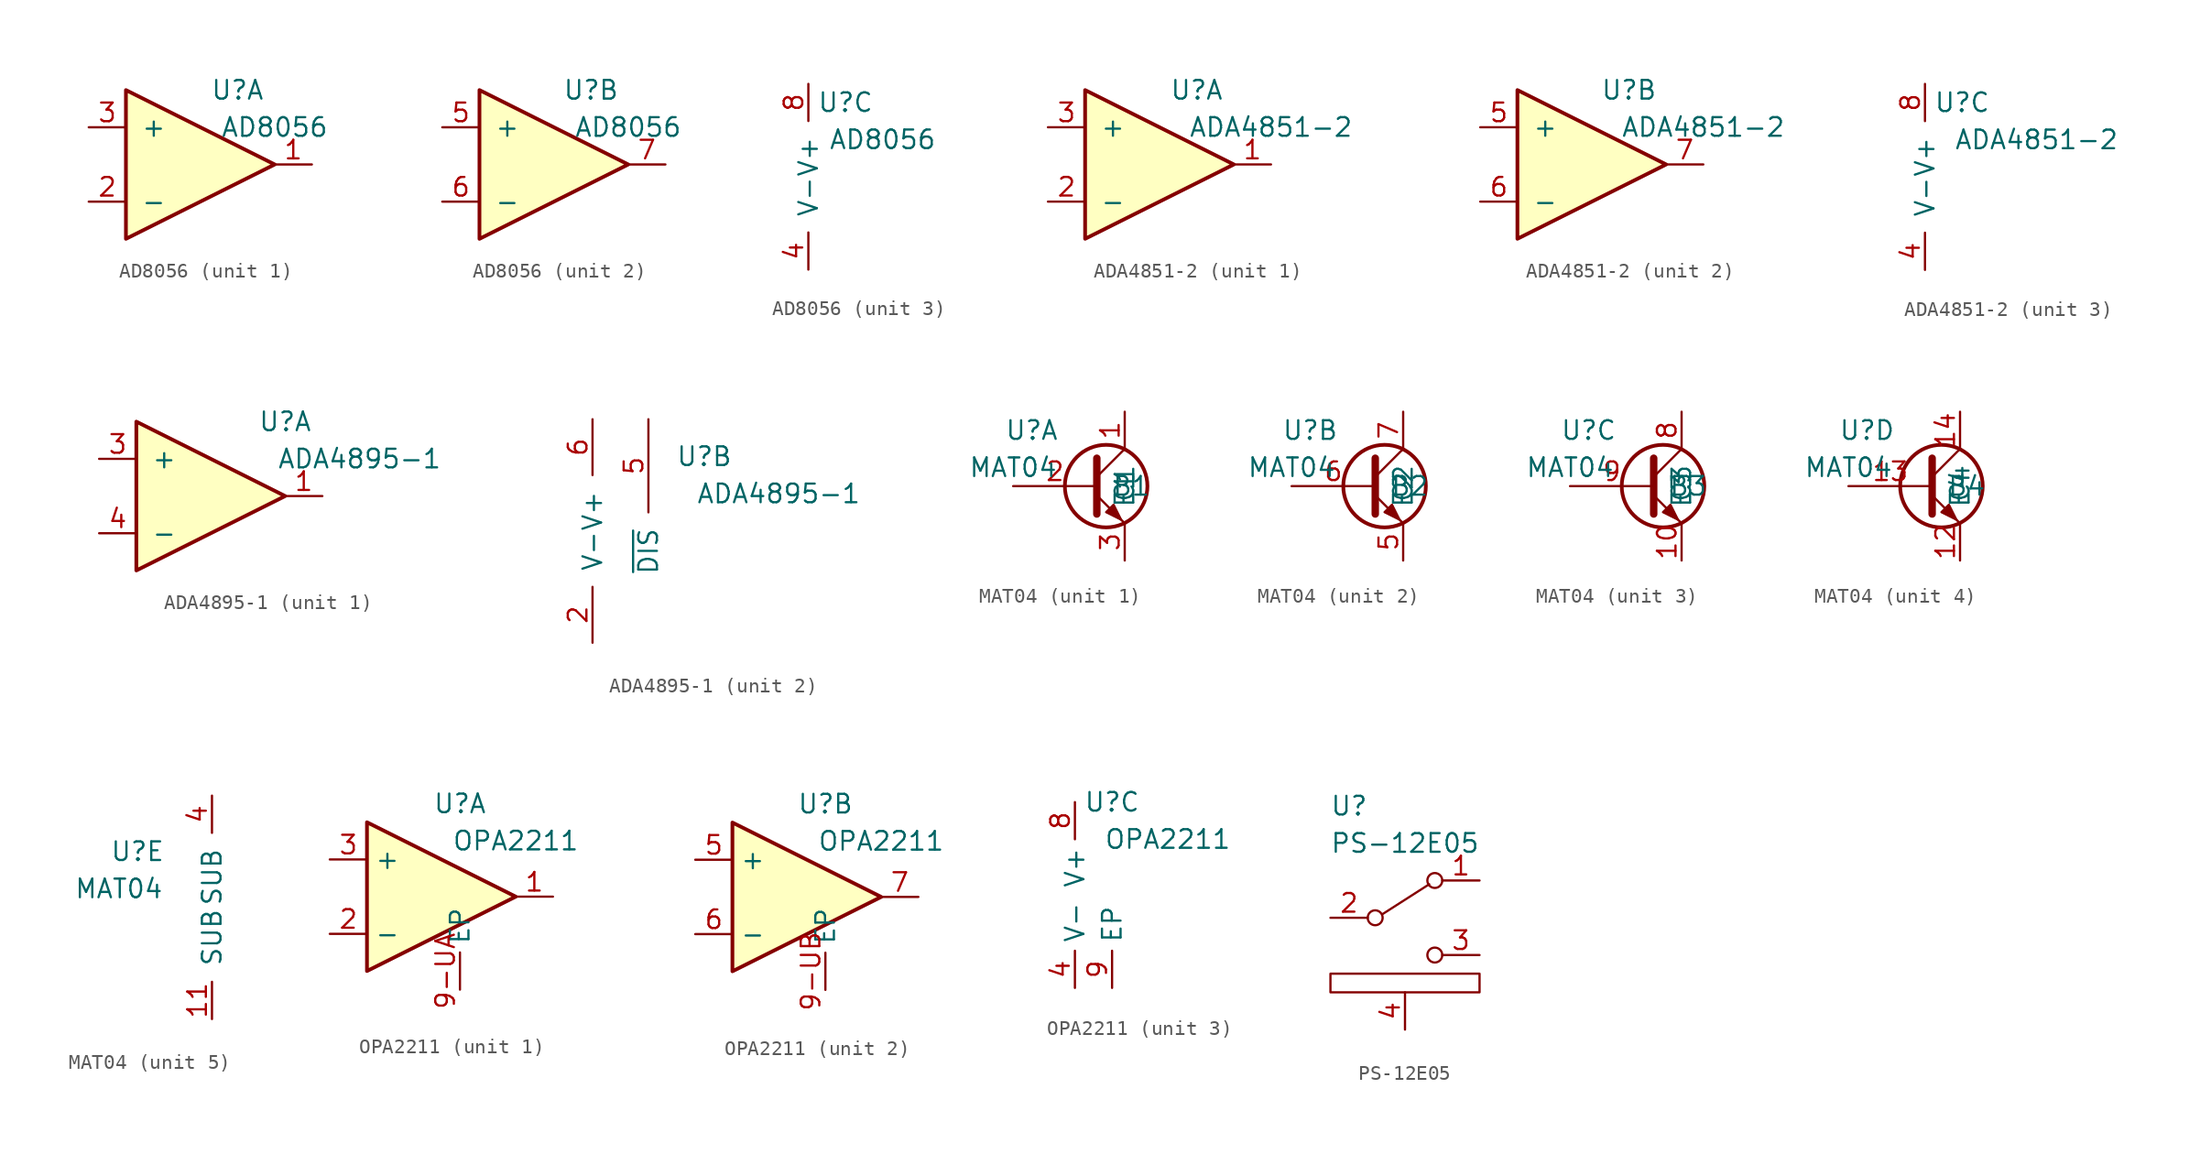
<source format=kicad_sym>
(kicad_symbol_lib
  (version 20211014)
  (generator kicad_symbol_editor)
  (symbol "AD8056"
    (pin_names
      (offset 1.016))
    (property "Reference" "U"
      (at 2.54 5.08 0)
      (effects (font (size 1.27 1.27))))
    (property "Value" "AD8056"
      (at 5.08 2.54 0)
      (effects (font (size 1.27 1.27))))
    (property "ki_locked" ""
      (at 0 0 0)
      (effects (font (size 1.27 1.27))))
    (symbol "AD8056_1_1"
      (polyline (pts (xy -5.08 5.08) (xy 5.08 0) (xy -5.08 -5.08) (xy -5.08 5.08)) (stroke (width 0.254) (type default) (color 0 0 0 0)) (fill (type background)))
      (pin output line (at 7.62 0 180) (length 2.54) (name "~" (effects (font (size 1.27 1.27)))) (number "1" (effects (font (size 1.27 1.27)))))
      (pin input line (at -7.62 -2.54 0) (length 2.54) (name "-" (effects (font (size 1.27 1.27)))) (number "2" (effects (font (size 1.27 1.27)))))
      (pin input line (at -7.62 2.54 0) (length 2.54) (name "+" (effects (font (size 1.27 1.27)))) (number "3" (effects (font (size 1.27 1.27))))))
    (symbol "AD8056_2_1"
      (polyline (pts (xy -5.08 5.08) (xy 5.08 0) (xy -5.08 -5.08) (xy -5.08 5.08)) (stroke (width 0.254) (type default) (color 0 0 0 0)) (fill (type background)))
      (pin input line (at -7.62 2.54 0) (length 2.54) (name "+" (effects (font (size 1.27 1.27)))) (number "5" (effects (font (size 1.27 1.27)))))
      (pin input line (at -7.62 -2.54 0) (length 2.54) (name "-" (effects (font (size 1.27 1.27)))) (number "6" (effects (font (size 1.27 1.27)))))
      (pin output line (at 7.62 0 180) (length 2.54) (name "~" (effects (font (size 1.27 1.27)))) (number "7" (effects (font (size 1.27 1.27))))))
    (symbol "AD8056_3_1"
      (pin bidirectional line (at 0 -6.35 90) (length 2.54) (name "V-" (effects (font (size 1.27 1.27)))) (number "4" (effects (font (size 1.27 1.27)))))
      (pin bidirectional line (at 0 6.35 270) (length 2.54) (name "V+" (effects (font (size 1.27 1.27)))) (number "8" (effects (font (size 1.27 1.27)))))))
  (symbol "ADA4851-2"
    (pin_names
      (offset 1.016))
    (property "Reference" "U"
      (at 2.54 5.08 0)
      (effects (font (size 1.27 1.27))))
    (property "Value" "ADA4851-2"
      (at 7.62 2.54 0)
      (effects (font (size 1.27 1.27))))
    (property "ki_locked" ""
      (at 0 0 0)
      (effects (font (size 1.27 1.27))))
    (symbol "ADA4851-2_1_1"
      (polyline (pts (xy -5.08 5.08) (xy 5.08 0) (xy -5.08 -5.08) (xy -5.08 5.08)) (stroke (width 0.254) (type default) (color 0 0 0 0)) (fill (type background)))
      (pin output line (at 7.62 0 180) (length 2.54) (name "~" (effects (font (size 1.27 1.27)))) (number "1" (effects (font (size 1.27 1.27)))))
      (pin input line (at -7.62 -2.54 0) (length 2.54) (name "-" (effects (font (size 1.27 1.27)))) (number "2" (effects (font (size 1.27 1.27)))))
      (pin input line (at -7.62 2.54 0) (length 2.54) (name "+" (effects (font (size 1.27 1.27)))) (number "3" (effects (font (size 1.27 1.27))))))
    (symbol "ADA4851-2_2_1"
      (polyline (pts (xy -5.08 5.08) (xy 5.08 0) (xy -5.08 -5.08) (xy -5.08 5.08)) (stroke (width 0.254) (type default) (color 0 0 0 0)) (fill (type background)))
      (pin input line (at -7.62 2.54 0) (length 2.54) (name "+" (effects (font (size 1.27 1.27)))) (number "5" (effects (font (size 1.27 1.27)))))
      (pin input line (at -7.62 -2.54 0) (length 2.54) (name "-" (effects (font (size 1.27 1.27)))) (number "6" (effects (font (size 1.27 1.27)))))
      (pin output line (at 7.62 0 180) (length 2.54) (name "~" (effects (font (size 1.27 1.27)))) (number "7" (effects (font (size 1.27 1.27))))))
    (symbol "ADA4851-2_3_1"
      (pin bidirectional line (at 0 -6.35 90) (length 2.54) (name "V-" (effects (font (size 1.27 1.27)))) (number "4" (effects (font (size 1.27 1.27)))))
      (pin bidirectional line (at 0 6.35 270) (length 2.54) (name "V+" (effects (font (size 1.27 1.27)))) (number "8" (effects (font (size 1.27 1.27)))))))
  (symbol "ADA4895-1"
    (pin_names
      (offset 1.016))
    (property "Reference" "U"
      (at 5.08 5.08 0)
      (effects (font (size 1.27 1.27))))
    (property "Value" "ADA4895-1"
      (at 10.16 2.54 0)
      (effects (font (size 1.27 1.27))))
    (property "ki_locked" ""
      (at 0 0 0)
      (effects (font (size 1.27 1.27))))
    (symbol "ADA4895-1_1_1"
      (polyline (pts (xy -5.08 5.08) (xy 5.08 0) (xy -5.08 -5.08) (xy -5.08 5.08)) (stroke (width 0.254) (type default) (color 0 0 0 0)) (fill (type background)))
      (pin bidirectional line (at 7.62 0 180) (length 2.54) (name "~" (effects (font (size 1.27 1.27)))) (number "1" (effects (font (size 1.27 1.27)))))
      (pin input line (at -7.62 2.54 0) (length 2.54) (name "+" (effects (font (size 1.27 1.27)))) (number "3" (effects (font (size 1.27 1.27)))))
      (pin input line (at -7.62 -2.54 0) (length 2.54) (name "-" (effects (font (size 1.27 1.27)))) (number "4" (effects (font (size 1.27 1.27))))))
    (symbol "ADA4895-1_2_1"
      (pin power_in line (at -2.54 -7.62 90) (length 3.81) (name "V-" (effects (font (size 1.27 1.27)))) (number "2" (effects (font (size 1.27 1.27)))))
      (pin passive line (at 1.27 7.62 270) (length 6.35) (name "~{DIS}" (effects (font (size 1.27 1.27)))) (number "5" (effects (font (size 1.27 1.27)))))
      (pin power_in line (at -2.54 7.62 270) (length 3.81) (name "V+" (effects (font (size 1.27 1.27)))) (number "6" (effects (font (size 1.27 1.27)))))))
  (symbol "MAT04"
    (pin_names
      (offset 1.016))
    (property "Reference" "U"
      (at -5.08 3.81 0)
      (effects (font (size 1.27 1.27))))
    (property "Value" "MAT04"
      (at -6.35 1.27 0)
      (effects (font (size 1.27 1.27))))
    (property "ki_locked" ""
      (at 0 0 0)
      (effects (font (size 1.27 1.27))))
    (symbol "MAT04_1_1"
      (polyline (pts (xy -0.635 0.635) (xy 1.27 2.54)) (stroke (width 0) (type default) (color 0 0 0 0)) (fill (type none)))
      (polyline (pts (xy -0.635 -0.635) (xy 1.27 -2.54) (xy 1.27 -2.54)) (stroke (width 0) (type default) (color 0 0 0 0)) (fill (type none)))
      (polyline (pts (xy -0.635 1.905) (xy -0.635 -1.905) (xy -0.635 -1.905)) (stroke (width 0.508) (type default) (color 0 0 0 0)) (fill (type none)))
      (polyline (pts (xy 0 -1.778) (xy 0.508 -1.27) (xy 1.016 -2.286) (xy 0 -1.778) (xy 0 -1.778)) (stroke (width 0) (type default) (color 0 0 0 0)) (fill (type outline)))
      (circle (center 0 0) (radius 2.819) (stroke (width 0.254) (type default) (color 0 0 0 0)) (fill (type none)))
      (pin passive line (at 1.27 5.08 270) (length 2.54) (name "C1" (effects (font (size 1.27 1.27)))) (number "1" (effects (font (size 1.27 1.27)))))
      (pin input line (at -6.35 0 0) (length 5.715) (name "B1" (effects (font (size 1.27 1.27)))) (number "2" (effects (font (size 1.27 1.27)))))
      (pin passive line (at 1.27 -5.08 90) (length 2.54) (name "E1" (effects (font (size 1.27 1.27)))) (number "3" (effects (font (size 1.27 1.27))))))
    (symbol "MAT04_2_1"
      (polyline (pts (xy -0.635 0.635) (xy 1.27 2.54)) (stroke (width 0) (type default) (color 0 0 0 0)) (fill (type none)))
      (polyline (pts (xy -0.635 -0.635) (xy 1.27 -2.54) (xy 1.27 -2.54)) (stroke (width 0) (type default) (color 0 0 0 0)) (fill (type none)))
      (polyline (pts (xy -0.635 1.905) (xy -0.635 -1.905) (xy -0.635 -1.905)) (stroke (width 0.508) (type default) (color 0 0 0 0)) (fill (type none)))
      (polyline (pts (xy 0 -1.778) (xy 0.508 -1.27) (xy 1.016 -2.286) (xy 0 -1.778) (xy 0 -1.778)) (stroke (width 0) (type default) (color 0 0 0 0)) (fill (type outline)))
      (circle (center 0 0) (radius 2.819) (stroke (width 0.254) (type default) (color 0 0 0 0)) (fill (type none)))
      (pin passive line (at 1.27 -5.08 90) (length 2.54) (name "E2" (effects (font (size 1.27 1.27)))) (number "5" (effects (font (size 1.27 1.27)))))
      (pin input line (at -6.35 0 0) (length 5.715) (name "B2" (effects (font (size 1.27 1.27)))) (number "6" (effects (font (size 1.27 1.27)))))
      (pin passive line (at 1.27 5.08 270) (length 2.54) (name "C2" (effects (font (size 1.27 1.27)))) (number "7" (effects (font (size 1.27 1.27))))))
    (symbol "MAT04_3_1"
      (polyline (pts (xy -0.635 0.635) (xy 1.27 2.54)) (stroke (width 0) (type default) (color 0 0 0 0)) (fill (type none)))
      (polyline (pts (xy -0.635 -0.635) (xy 1.27 -2.54) (xy 1.27 -2.54)) (stroke (width 0) (type default) (color 0 0 0 0)) (fill (type none)))
      (polyline (pts (xy -0.635 1.905) (xy -0.635 -1.905) (xy -0.635 -1.905)) (stroke (width 0.508) (type default) (color 0 0 0 0)) (fill (type none)))
      (polyline (pts (xy 0 -1.778) (xy 0.508 -1.27) (xy 1.016 -2.286) (xy 0 -1.778) (xy 0 -1.778)) (stroke (width 0) (type default) (color 0 0 0 0)) (fill (type outline)))
      (circle (center 0 0) (radius 2.819) (stroke (width 0.254) (type default) (color 0 0 0 0)) (fill (type none)))
      (pin passive line (at 1.27 -5.08 90) (length 2.54) (name "E3" (effects (font (size 1.27 1.27)))) (number "10" (effects (font (size 1.27 1.27)))))
      (pin passive line (at 1.27 5.08 270) (length 2.54) (name "C3" (effects (font (size 1.27 1.27)))) (number "8" (effects (font (size 1.27 1.27)))))
      (pin input line (at -6.35 0 0) (length 5.715) (name "B3" (effects (font (size 1.27 1.27)))) (number "9" (effects (font (size 1.27 1.27))))))
    (symbol "MAT04_4_1"
      (polyline (pts (xy -0.635 0.635) (xy 1.27 2.54)) (stroke (width 0) (type default) (color 0 0 0 0)) (fill (type none)))
      (polyline (pts (xy -0.635 -0.635) (xy 1.27 -2.54) (xy 1.27 -2.54)) (stroke (width 0) (type default) (color 0 0 0 0)) (fill (type none)))
      (polyline (pts (xy -0.635 1.905) (xy -0.635 -1.905) (xy -0.635 -1.905)) (stroke (width 0.508) (type default) (color 0 0 0 0)) (fill (type none)))
      (polyline (pts (xy 0 -1.778) (xy 0.508 -1.27) (xy 1.016 -2.286) (xy 0 -1.778) (xy 0 -1.778)) (stroke (width 0) (type default) (color 0 0 0 0)) (fill (type outline)))
      (circle (center 0 0) (radius 2.819) (stroke (width 0.254) (type default) (color 0 0 0 0)) (fill (type none)))
      (pin passive line (at 1.27 -5.08 90) (length 2.54) (name "E4" (effects (font (size 1.27 1.27)))) (number "12" (effects (font (size 1.27 1.27)))))
      (pin input line (at -6.35 0 0) (length 5.715) (name "B4" (effects (font (size 1.27 1.27)))) (number "13" (effects (font (size 1.27 1.27)))))
      (pin passive line (at 1.27 5.08 270) (length 2.54) (name "C4" (effects (font (size 1.27 1.27)))) (number "14" (effects (font (size 1.27 1.27))))))
    (symbol "MAT04_5_1"
      (pin bidirectional line (at 0 -7.62 90) (length 2.54) (name "SUB" (effects (font (size 1.27 1.27)))) (number "11" (effects (font (size 1.27 1.27)))))
      (pin bidirectional line (at 0 7.62 270) (length 2.54) (name "SUB" (effects (font (size 1.27 1.27)))) (number "4" (effects (font (size 1.27 1.27)))))))
  (symbol "OPA2211"
    (property "Reference" "U"
      (at 2.54 6.35 0)
      (effects (font (size 1.27 1.27))))
    (property "Value" "OPA2211"
      (at 6.35 3.81 0)
      (effects (font (size 1.27 1.27))))
    (symbol "OPA2211_1_1"
      (polyline (pts (xy -3.81 5.08) (xy 6.35 0) (xy -3.81 -5.08) (xy -3.81 5.08)) (stroke (width 0.254) (type default) (color 0 0 0 0)) (fill (type background)))
      (pin output line (at 8.89 0 180) (length 2.54) (name "~" (effects (font (size 1.27 1.27)))) (number "1" (effects (font (size 1.27 1.27)))))
      (pin input line (at -6.35 -2.54 0) (length 2.54) (name "-" (effects (font (size 1.27 1.27)))) (number "2" (effects (font (size 1.27 1.27)))))
      (pin input line (at -6.35 2.54 0) (length 2.54) (name "+" (effects (font (size 1.27 1.27)))) (number "3" (effects (font (size 1.27 1.27)))))
      (pin bidirectional line (at 2.54 -6.35 90) (length 2.54) (name "EP" (effects (font (size 1.27 1.27)))) (number "9-UA" (effects (font (size 1.27 1.27))))))
    (symbol "OPA2211_2_1"
      (polyline (pts (xy -3.81 5.08) (xy 6.35 0) (xy -3.81 -5.08) (xy -3.81 5.08)) (stroke (width 0.254) (type default) (color 0 0 0 0)) (fill (type background)))
      (pin input line (at -6.35 2.54 0) (length 2.54) (name "+" (effects (font (size 1.27 1.27)))) (number "5" (effects (font (size 1.27 1.27)))))
      (pin input line (at -6.35 -2.54 0) (length 2.54) (name "-" (effects (font (size 1.27 1.27)))) (number "6" (effects (font (size 1.27 1.27)))))
      (pin output line (at 8.89 0 180) (length 2.54) (name "~" (effects (font (size 1.27 1.27)))) (number "7" (effects (font (size 1.27 1.27)))))
      (pin bidirectional line (at 2.54 -6.35 90) (length 2.54) (name "EP" (effects (font (size 1.27 1.27)))) (number "9-UB" (effects (font (size 1.27 1.27))))))
    (symbol "OPA2211_3_1"
      (pin bidirectional line (at 0 -6.35 90) (length 2.54) (name "V-" (effects (font (size 1.27 1.27)))) (number "4" (effects (font (size 1.27 1.27)))))
      (pin bidirectional line (at 0 6.35 270) (length 2.54) (name "V+" (effects (font (size 1.27 1.27)))) (number "8" (effects (font (size 1.27 1.27)))))
      (pin bidirectional line (at 2.54 -6.35 90) (length 2.54) (name "EP" (effects (font (size 1.27 1.27)))) (number "9" (effects (font (size 1.27 1.27)))))))
  (symbol "PS-12E05"
    (property "Reference" "U"
      (at -3.81 2.54 0)
      (effects (font (size 1.27 1.27))))
    (property "Value" "PS-12E05"
      (at 0 0 0)
      (effects (font (size 1.27 1.27))))
    (symbol "PS-12E05_0_0"
      (circle (center -2.032 -5.08) (radius 0.508) (stroke (width 0) (type default) (color 0 0 0 0)) (fill (type none)))
      (circle (center 2.032 -7.62) (radius 0.508) (stroke (width 0) (type default) (color 0 0 0 0)) (fill (type none))))
    (symbol "PS-12E05_0_1"
      (rectangle (start -5.08 -8.89) (end 5.08 -10.16) (stroke (width 0) (type default) (color 0 0 0 0)) (fill (type none)))
      (polyline (pts (xy -1.524 -4.826) (xy 1.651 -2.794)) (stroke (width 0) (type default) (color 0 0 0 0)) (fill (type none)))
      (circle (center 2.032 -2.54) (radius 0.508) (stroke (width 0) (type default) (color 0 0 0 0)) (fill (type none))))
    (symbol "PS-12E05_1_1"
      (pin passive line (at 5.08 -2.54 180) (length 2.54) (name "" (effects (font (size 1.27 1.27)))) (number "1" (effects (font (size 1.27 1.27)))))
      (pin passive line (at -5.08 -5.08 0) (length 2.54) (name "" (effects (font (size 1.27 1.27)))) (number "2" (effects (font (size 1.27 1.27)))))
      (pin passive line (at 5.08 -7.62 180) (length 2.54) (name "" (effects (font (size 1.27 1.27)))) (number "3" (effects (font (size 1.27 1.27)))))
      (pin passive line (at 0 -12.7 90) (length 2.54) (name "" (effects (font (size 1.27 1.27)))) (number "4" (effects (font (size 1.27 1.27))))))))
</source>
